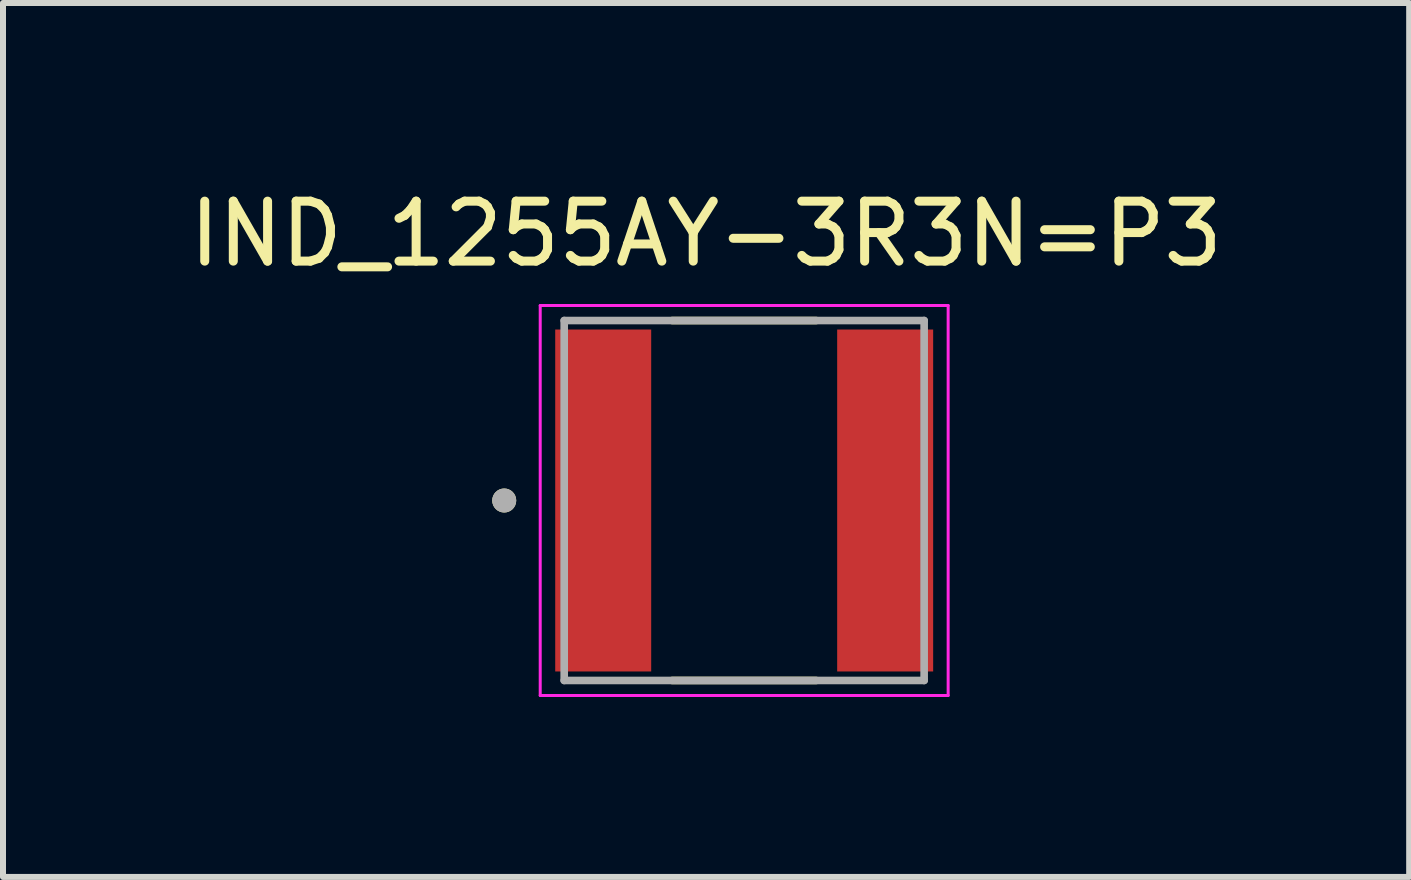
<source format=kicad_pcb>
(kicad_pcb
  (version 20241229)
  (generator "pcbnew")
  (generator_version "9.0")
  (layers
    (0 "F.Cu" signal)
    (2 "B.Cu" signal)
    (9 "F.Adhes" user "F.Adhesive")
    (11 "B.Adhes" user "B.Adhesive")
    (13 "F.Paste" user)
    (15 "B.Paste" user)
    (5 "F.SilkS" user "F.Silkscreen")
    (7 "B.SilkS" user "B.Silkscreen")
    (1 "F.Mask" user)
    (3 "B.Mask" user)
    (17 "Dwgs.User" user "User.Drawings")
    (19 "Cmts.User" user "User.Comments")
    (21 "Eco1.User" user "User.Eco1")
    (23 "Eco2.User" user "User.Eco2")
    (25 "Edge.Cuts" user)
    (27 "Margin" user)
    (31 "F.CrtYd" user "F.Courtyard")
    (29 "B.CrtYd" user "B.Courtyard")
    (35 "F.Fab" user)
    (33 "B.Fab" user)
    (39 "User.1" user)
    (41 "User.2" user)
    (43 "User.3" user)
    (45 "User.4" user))
  (footprint "IND_1255AY-3R3N=P3"
    (layer "F.Cu")
    (at 9.355 5.293)
    (property "Reference" "IND_1255AY-3R3N=P3" (at -0.635 -4.445 0) (layer "F.SilkS") (effects (font (size 1 1) (thickness 0.15))))
    (attr smd)
    (fp_line (start -1.2 -3) (end 1.2 -3) (stroke (width 0.127) (type solid)) (layer "F.SilkS"))
    (fp_line (start -1.2 3) (end 1.2 3) (stroke (width 0.127) (type solid)) (layer "F.SilkS"))
    (fp_circle (center -4 0) (end -3.9 0) (stroke (width 0.2) (type solid)) (fill no) (layer "F.SilkS"))
    (fp_line (start -3.4 -3.25) (end 3.4 -3.25) (stroke (width 0.05) (type solid)) (layer "F.CrtYd"))
    (fp_line (start -3.4 3.25) (end -3.4 -3.25) (stroke (width 0.05) (type solid)) (layer "F.CrtYd"))
    (fp_line (start 3.4 -3.25) (end 3.4 3.25) (stroke (width 0.05) (type solid)) (layer "F.CrtYd"))
    (fp_line (start 3.4 3.25) (end -3.4 3.25) (stroke (width 0.05) (type solid)) (layer "F.CrtYd"))
    (fp_line (start -3 -3) (end 3 -3) (stroke (width 0.127) (type solid)) (layer "F.Fab"))
    (fp_line (start -3 3) (end -3 -3) (stroke (width 0.127) (type solid)) (layer "F.Fab"))
    (fp_line (start 3 -3) (end 3 3) (stroke (width 0.127) (type solid)) (layer "F.Fab"))
    (fp_line (start 3 3) (end -3 3) (stroke (width 0.127) (type solid)) (layer "F.Fab"))
    (fp_circle (center -4 0) (end -3.9 0) (stroke (width 0.2) (type solid)) (fill no) (layer "F.Fab"))
    (pad "1" smd rect (at -2.35 0) (size 1.6 5.7) (layers "F.Cu" "F.Mask" "F.Paste"))
    (pad "2" smd rect (at 2.35 0) (size 1.6 5.7) (layers "F.Cu" "F.Mask" "F.Paste")))
  (gr_rect
    (start -3 -3)
    (end 20.44 11.568)
    (stroke (width 0.1) (type default))
    (fill no)
    (layer "Edge.Cuts")))
</source>
